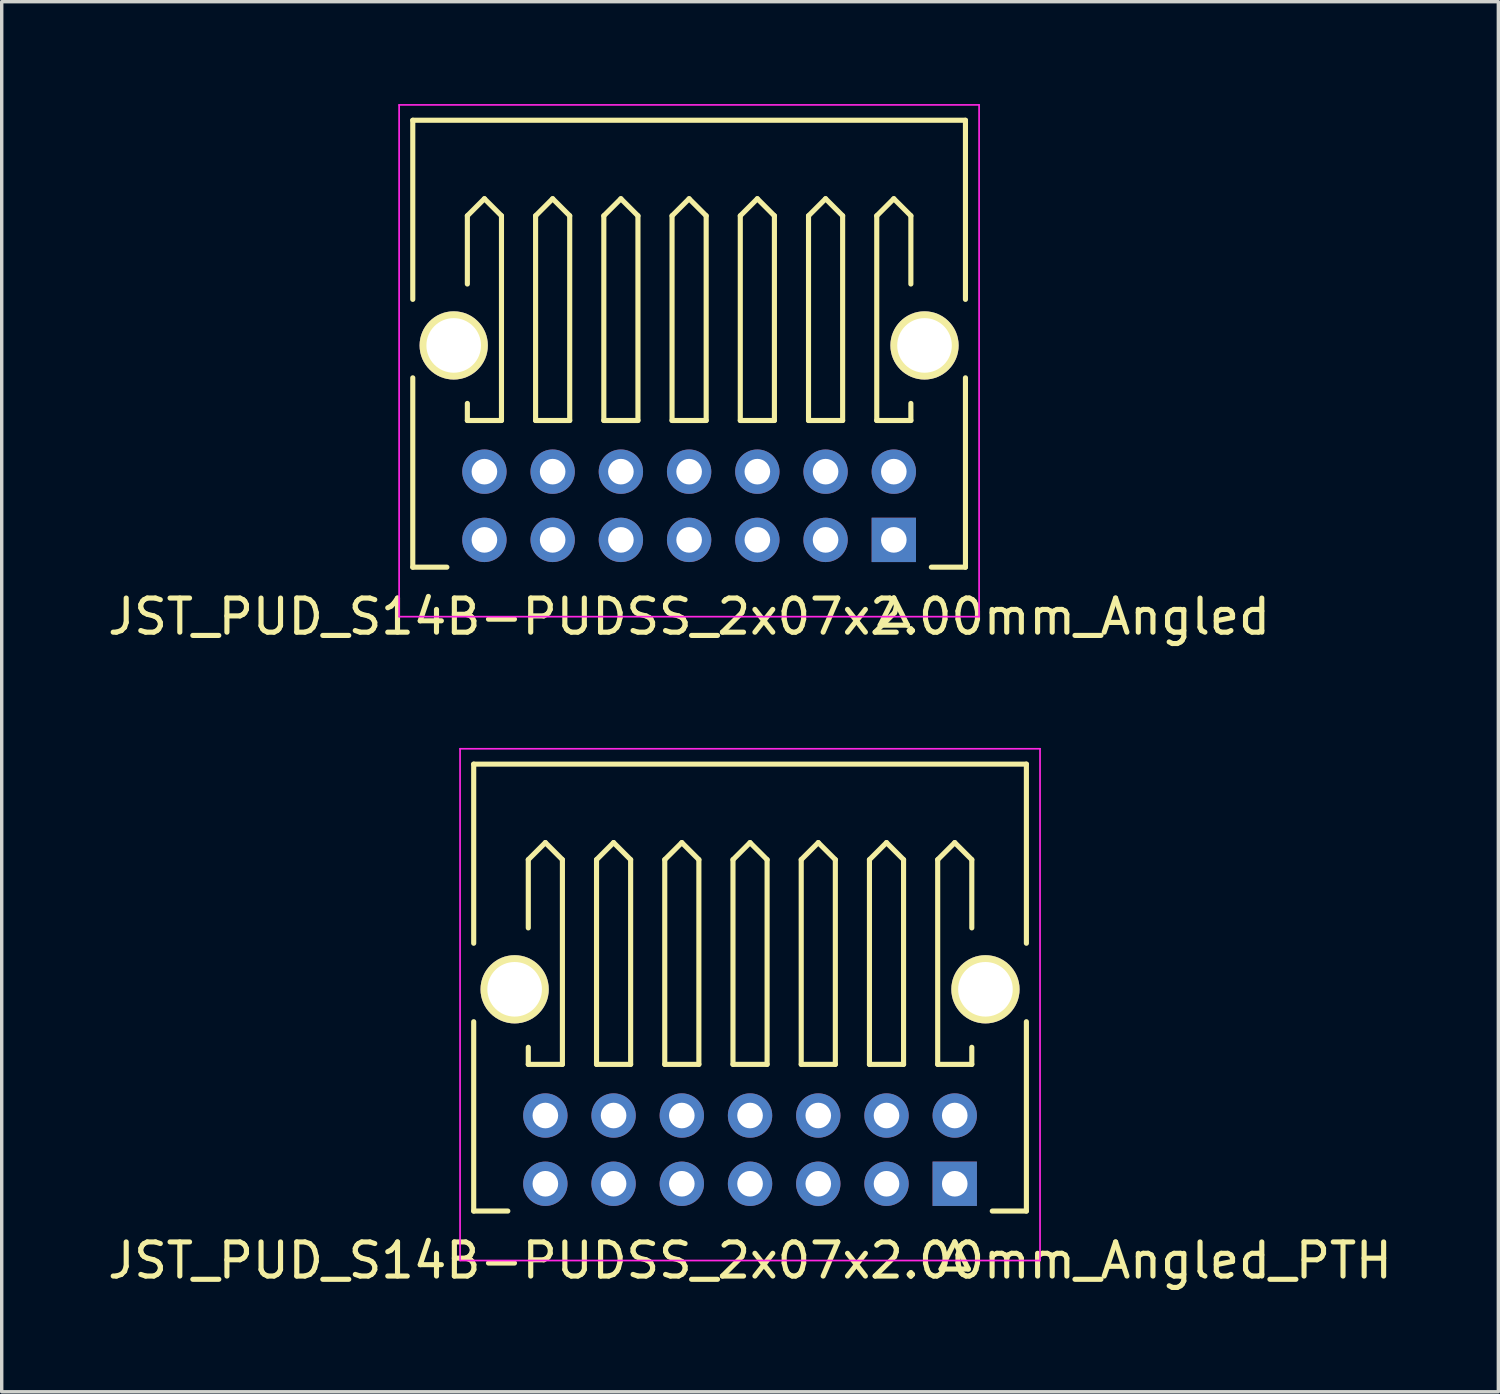
<source format=kicad_pcb>
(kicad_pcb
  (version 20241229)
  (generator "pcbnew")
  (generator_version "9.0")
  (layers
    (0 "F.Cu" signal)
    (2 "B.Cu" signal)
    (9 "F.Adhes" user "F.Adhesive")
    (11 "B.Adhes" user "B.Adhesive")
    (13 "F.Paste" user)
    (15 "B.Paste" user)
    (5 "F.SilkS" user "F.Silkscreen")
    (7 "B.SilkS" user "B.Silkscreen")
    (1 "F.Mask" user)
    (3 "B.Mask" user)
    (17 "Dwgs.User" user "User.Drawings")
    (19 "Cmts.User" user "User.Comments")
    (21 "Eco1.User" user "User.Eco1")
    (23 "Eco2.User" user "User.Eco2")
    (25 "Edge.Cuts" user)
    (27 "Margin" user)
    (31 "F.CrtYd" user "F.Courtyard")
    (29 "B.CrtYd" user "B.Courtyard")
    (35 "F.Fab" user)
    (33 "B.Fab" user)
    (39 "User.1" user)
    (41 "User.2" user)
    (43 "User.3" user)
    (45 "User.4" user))
  (footprint "JST_PUD_S14B-PUDSS_2x07x2.00mm_Angled_PTH"
    (layer "F.Cu")
    (at 24.935 31.648)
    (property "Reference" "JST_PUD_S14B-PUDSS_2x07x2.00mm_Angled_PTH" (at -6 2.25 0) (layer "F.SilkS") (effects (font (size 1 1) (thickness 0.15))))
    (attr through_hole)
    (fp_line (start -14.1 -12.3) (end -14.1 -7.05) (stroke (width 0.15) (type solid)) (layer "F.SilkS"))
    (fp_line (start -14.1 -4.75) (end -14.1 0.8) (stroke (width 0.15) (type solid)) (layer "F.SilkS"))
    (fp_line (start -14.1 0.8) (end -13.1 0.8) (stroke (width 0.15) (type solid)) (layer "F.SilkS"))
    (fp_line (start -12.5 -9.5) (end -12 -10) (stroke (width 0.15) (type solid)) (layer "F.SilkS"))
    (fp_line (start -12.5 -7.5) (end -12.5 -9.5) (stroke (width 0.15) (type solid)) (layer "F.SilkS"))
    (fp_line (start -12.5 -3.5) (end -12.5 -4) (stroke (width 0.15) (type solid)) (layer "F.SilkS"))
    (fp_line (start -12 -10) (end -11.5 -9.5) (stroke (width 0.15) (type solid)) (layer "F.SilkS"))
    (fp_line (start -11.5 -9.5) (end -11.5 -3.5) (stroke (width 0.15) (type solid)) (layer "F.SilkS"))
    (fp_line (start -11.5 -3.5) (end -12.5 -3.5) (stroke (width 0.15) (type solid)) (layer "F.SilkS"))
    (fp_line (start -10.5 -9.5) (end -10 -10) (stroke (width 0.15) (type solid)) (layer "F.SilkS"))
    (fp_line (start -10.5 -3.5) (end -10.5 -9.5) (stroke (width 0.15) (type solid)) (layer "F.SilkS"))
    (fp_line (start -10 -10) (end -9.5 -9.5) (stroke (width 0.15) (type solid)) (layer "F.SilkS"))
    (fp_line (start -9.5 -9.5) (end -9.5 -3.5) (stroke (width 0.15) (type solid)) (layer "F.SilkS"))
    (fp_line (start -9.5 -3.5) (end -10.5 -3.5) (stroke (width 0.15) (type solid)) (layer "F.SilkS"))
    (fp_line (start -8.5 -9.5) (end -8 -10) (stroke (width 0.15) (type solid)) (layer "F.SilkS"))
    (fp_line (start -8.5 -3.5) (end -8.5 -9.5) (stroke (width 0.15) (type solid)) (layer "F.SilkS"))
    (fp_line (start -8 -10) (end -7.5 -9.5) (stroke (width 0.15) (type solid)) (layer "F.SilkS"))
    (fp_line (start -7.5 -9.5) (end -7.5 -3.5) (stroke (width 0.15) (type solid)) (layer "F.SilkS"))
    (fp_line (start -7.5 -3.5) (end -8.5 -3.5) (stroke (width 0.15) (type solid)) (layer "F.SilkS"))
    (fp_line (start -6.5 -9.5) (end -6 -10) (stroke (width 0.15) (type solid)) (layer "F.SilkS"))
    (fp_line (start -6.5 -3.5) (end -6.5 -9.5) (stroke (width 0.15) (type solid)) (layer "F.SilkS"))
    (fp_line (start -6 -10) (end -5.5 -9.5) (stroke (width 0.15) (type solid)) (layer "F.SilkS"))
    (fp_line (start -5.5 -9.5) (end -5.5 -3.5) (stroke (width 0.15) (type solid)) (layer "F.SilkS"))
    (fp_line (start -5.5 -3.5) (end -6.5 -3.5) (stroke (width 0.15) (type solid)) (layer "F.SilkS"))
    (fp_line (start -4.5 -9.5) (end -4 -10) (stroke (width 0.15) (type solid)) (layer "F.SilkS"))
    (fp_line (start -4.5 -3.5) (end -4.5 -9.5) (stroke (width 0.15) (type solid)) (layer "F.SilkS"))
    (fp_line (start -4 -10) (end -3.5 -9.5) (stroke (width 0.15) (type solid)) (layer "F.SilkS"))
    (fp_line (start -3.5 -9.5) (end -3.5 -3.5) (stroke (width 0.15) (type solid)) (layer "F.SilkS"))
    (fp_line (start -3.5 -3.5) (end -4.5 -3.5) (stroke (width 0.15) (type solid)) (layer "F.SilkS"))
    (fp_line (start -2.5 -9.5) (end -2 -10) (stroke (width 0.15) (type solid)) (layer "F.SilkS"))
    (fp_line (start -2.5 -3.5) (end -2.5 -9.5) (stroke (width 0.15) (type solid)) (layer "F.SilkS"))
    (fp_line (start -2 -10) (end -1.5 -9.5) (stroke (width 0.15) (type solid)) (layer "F.SilkS"))
    (fp_line (start -1.5 -9.5) (end -1.5 -3.5) (stroke (width 0.15) (type solid)) (layer "F.SilkS"))
    (fp_line (start -1.5 -3.5) (end -2.5 -3.5) (stroke (width 0.15) (type solid)) (layer "F.SilkS"))
    (fp_line (start -0.5 -9.5) (end 0 -10) (stroke (width 0.15) (type solid)) (layer "F.SilkS"))
    (fp_line (start -0.5 -3.5) (end -0.5 -9.5) (stroke (width 0.15) (type solid)) (layer "F.SilkS"))
    (fp_line (start -0.4 2.5) (end 0 1.7) (stroke (width 0.15) (type solid)) (layer "F.SilkS"))
    (fp_line (start 0 -10) (end 0.5 -9.5) (stroke (width 0.15) (type solid)) (layer "F.SilkS"))
    (fp_line (start 0 1.7) (end 0.4 2.5) (stroke (width 0.15) (type solid)) (layer "F.SilkS"))
    (fp_line (start 0.4 2.5) (end -0.4 2.5) (stroke (width 0.15) (type solid)) (layer "F.SilkS"))
    (fp_line (start 0.5 -9.5) (end 0.5 -7.5) (stroke (width 0.15) (type solid)) (layer "F.SilkS"))
    (fp_line (start 0.5 -4) (end 0.5 -3.5) (stroke (width 0.15) (type solid)) (layer "F.SilkS"))
    (fp_line (start 0.5 -3.5) (end -0.5 -3.5) (stroke (width 0.15) (type solid)) (layer "F.SilkS"))
    (fp_line (start 1.1 0.8) (end 2.1 0.8) (stroke (width 0.15) (type solid)) (layer "F.SilkS"))
    (fp_line (start 2.1 -12.3) (end -14.1 -12.3) (stroke (width 0.15) (type solid)) (layer "F.SilkS"))
    (fp_line (start 2.1 -12.3) (end 2.1 -7.05) (stroke (width 0.15) (type solid)) (layer "F.SilkS"))
    (fp_line (start 2.1 0.8) (end 2.1 -4.75) (stroke (width 0.15) (type solid)) (layer "F.SilkS"))
    (fp_line (start -14.5 -12.75) (end 2.5 -12.75) (stroke (width 0.05) (type solid)) (layer "F.CrtYd"))
    (fp_line (start -14.5 2.25) (end -14.5 -12.75) (stroke (width 0.05) (type solid)) (layer "F.CrtYd"))
    (fp_line (start 2.5 -12.75) (end 2.5 2.25) (stroke (width 0.05) (type solid)) (layer "F.CrtYd"))
    (fp_line (start 2.5 2.25) (end -14.5 2.25) (stroke (width 0.05) (type solid)) (layer "F.CrtYd"))
    (pad "" np_thru_hole circle (at -12.9 -5.7) (size 2 2) (drill 1.6) (layers "*.Cu" "*.Mask" "F.SilkS"))
    (pad "" np_thru_hole circle (at 0.9 -5.7) (size 2 2) (drill 1.6) (layers "*.Cu" "*.Mask" "F.SilkS"))
    (pad "1" thru_hole rect (at 0 0) (size 1.3 1.3) (drill 0.75) (layers "*.Cu" "*.Mask"))
    (pad "2" thru_hole circle (at 0 -2) (size 1.3 1.3) (drill 0.75) (layers "*.Cu" "*.Mask"))
    (pad "3" thru_hole circle (at -2 0) (size 1.3 1.3) (drill 0.75) (layers "*.Cu" "*.Mask"))
    (pad "4" thru_hole circle (at -2 -2) (size 1.3 1.3) (drill 0.75) (layers "*.Cu" "*.Mask"))
    (pad "5" thru_hole circle (at -4 0) (size 1.3 1.3) (drill 0.75) (layers "*.Cu" "*.Mask"))
    (pad "6" thru_hole circle (at -4 -2) (size 1.3 1.3) (drill 0.75) (layers "*.Cu" "*.Mask"))
    (pad "7" thru_hole circle (at -6 0) (size 1.3 1.3) (drill 0.75) (layers "*.Cu" "*.Mask"))
    (pad "8" thru_hole circle (at -6 -2) (size 1.3 1.3) (drill 0.75) (layers "*.Cu" "*.Mask"))
    (pad "9" thru_hole circle (at -8 0) (size 1.3 1.3) (drill 0.75) (layers "*.Cu" "*.Mask"))
    (pad "10" thru_hole circle (at -8 -2) (size 1.3 1.3) (drill 0.75) (layers "*.Cu" "*.Mask"))
    (pad "11" thru_hole circle (at -10 0) (size 1.3 1.3) (drill 0.75) (layers "*.Cu" "*.Mask"))
    (pad "12" thru_hole circle (at -10 -2) (size 1.3 1.3) (drill 0.75) (layers "*.Cu" "*.Mask"))
    (pad "13" thru_hole circle (at -12 0) (size 1.3 1.3) (drill 0.75) (layers "*.Cu" "*.Mask"))
    (pad "14" thru_hole circle (at -12 -2) (size 1.3 1.3) (drill 0.75) (layers "*.Cu" "*.Mask")))
  (footprint "JST_PUD_S14B-PUDSS_2x07x2.00mm_Angled"
    (layer "F.Cu")
    (at 23.149 12.775)
    (property "Reference" "JST_PUD_S14B-PUDSS_2x07x2.00mm_Angled" (at -6 2.25 0) (layer "F.SilkS") (effects (font (size 1 1) (thickness 0.15))))
    (attr through_hole)
    (fp_line (start -14.1 -12.3) (end -14.1 -7.05) (stroke (width 0.15) (type solid)) (layer "F.SilkS"))
    (fp_line (start -14.1 -4.75) (end -14.1 0.8) (stroke (width 0.15) (type solid)) (layer "F.SilkS"))
    (fp_line (start -14.1 0.8) (end -13.1 0.8) (stroke (width 0.15) (type solid)) (layer "F.SilkS"))
    (fp_line (start -12.5 -9.5) (end -12 -10) (stroke (width 0.15) (type solid)) (layer "F.SilkS"))
    (fp_line (start -12.5 -7.5) (end -12.5 -9.5) (stroke (width 0.15) (type solid)) (layer "F.SilkS"))
    (fp_line (start -12.5 -3.5) (end -12.5 -4) (stroke (width 0.15) (type solid)) (layer "F.SilkS"))
    (fp_line (start -12 -10) (end -11.5 -9.5) (stroke (width 0.15) (type solid)) (layer "F.SilkS"))
    (fp_line (start -11.5 -9.5) (end -11.5 -3.5) (stroke (width 0.15) (type solid)) (layer "F.SilkS"))
    (fp_line (start -11.5 -3.5) (end -12.5 -3.5) (stroke (width 0.15) (type solid)) (layer "F.SilkS"))
    (fp_line (start -10.5 -9.5) (end -10 -10) (stroke (width 0.15) (type solid)) (layer "F.SilkS"))
    (fp_line (start -10.5 -3.5) (end -10.5 -9.5) (stroke (width 0.15) (type solid)) (layer "F.SilkS"))
    (fp_line (start -10 -10) (end -9.5 -9.5) (stroke (width 0.15) (type solid)) (layer "F.SilkS"))
    (fp_line (start -9.5 -9.5) (end -9.5 -3.5) (stroke (width 0.15) (type solid)) (layer "F.SilkS"))
    (fp_line (start -9.5 -3.5) (end -10.5 -3.5) (stroke (width 0.15) (type solid)) (layer "F.SilkS"))
    (fp_line (start -8.5 -9.5) (end -8 -10) (stroke (width 0.15) (type solid)) (layer "F.SilkS"))
    (fp_line (start -8.5 -3.5) (end -8.5 -9.5) (stroke (width 0.15) (type solid)) (layer "F.SilkS"))
    (fp_line (start -8 -10) (end -7.5 -9.5) (stroke (width 0.15) (type solid)) (layer "F.SilkS"))
    (fp_line (start -7.5 -9.5) (end -7.5 -3.5) (stroke (width 0.15) (type solid)) (layer "F.SilkS"))
    (fp_line (start -7.5 -3.5) (end -8.5 -3.5) (stroke (width 0.15) (type solid)) (layer "F.SilkS"))
    (fp_line (start -6.5 -9.5) (end -6 -10) (stroke (width 0.15) (type solid)) (layer "F.SilkS"))
    (fp_line (start -6.5 -3.5) (end -6.5 -9.5) (stroke (width 0.15) (type solid)) (layer "F.SilkS"))
    (fp_line (start -6 -10) (end -5.5 -9.5) (stroke (width 0.15) (type solid)) (layer "F.SilkS"))
    (fp_line (start -5.5 -9.5) (end -5.5 -3.5) (stroke (width 0.15) (type solid)) (layer "F.SilkS"))
    (fp_line (start -5.5 -3.5) (end -6.5 -3.5) (stroke (width 0.15) (type solid)) (layer "F.SilkS"))
    (fp_line (start -4.5 -9.5) (end -4 -10) (stroke (width 0.15) (type solid)) (layer "F.SilkS"))
    (fp_line (start -4.5 -3.5) (end -4.5 -9.5) (stroke (width 0.15) (type solid)) (layer "F.SilkS"))
    (fp_line (start -4 -10) (end -3.5 -9.5) (stroke (width 0.15) (type solid)) (layer "F.SilkS"))
    (fp_line (start -3.5 -9.5) (end -3.5 -3.5) (stroke (width 0.15) (type solid)) (layer "F.SilkS"))
    (fp_line (start -3.5 -3.5) (end -4.5 -3.5) (stroke (width 0.15) (type solid)) (layer "F.SilkS"))
    (fp_line (start -2.5 -9.5) (end -2 -10) (stroke (width 0.15) (type solid)) (layer "F.SilkS"))
    (fp_line (start -2.5 -3.5) (end -2.5 -9.5) (stroke (width 0.15) (type solid)) (layer "F.SilkS"))
    (fp_line (start -2 -10) (end -1.5 -9.5) (stroke (width 0.15) (type solid)) (layer "F.SilkS"))
    (fp_line (start -1.5 -9.5) (end -1.5 -3.5) (stroke (width 0.15) (type solid)) (layer "F.SilkS"))
    (fp_line (start -1.5 -3.5) (end -2.5 -3.5) (stroke (width 0.15) (type solid)) (layer "F.SilkS"))
    (fp_line (start -0.5 -9.5) (end 0 -10) (stroke (width 0.15) (type solid)) (layer "F.SilkS"))
    (fp_line (start -0.5 -3.5) (end -0.5 -9.5) (stroke (width 0.15) (type solid)) (layer "F.SilkS"))
    (fp_line (start -0.4 2.5) (end 0 1.7) (stroke (width 0.15) (type solid)) (layer "F.SilkS"))
    (fp_line (start 0 -10) (end 0.5 -9.5) (stroke (width 0.15) (type solid)) (layer "F.SilkS"))
    (fp_line (start 0 1.7) (end 0.4 2.5) (stroke (width 0.15) (type solid)) (layer "F.SilkS"))
    (fp_line (start 0.4 2.5) (end -0.4 2.5) (stroke (width 0.15) (type solid)) (layer "F.SilkS"))
    (fp_line (start 0.5 -9.5) (end 0.5 -7.5) (stroke (width 0.15) (type solid)) (layer "F.SilkS"))
    (fp_line (start 0.5 -4) (end 0.5 -3.5) (stroke (width 0.15) (type solid)) (layer "F.SilkS"))
    (fp_line (start 0.5 -3.5) (end -0.5 -3.5) (stroke (width 0.15) (type solid)) (layer "F.SilkS"))
    (fp_line (start 1.1 0.8) (end 2.1 0.8) (stroke (width 0.15) (type solid)) (layer "F.SilkS"))
    (fp_line (start 2.1 -12.3) (end -14.1 -12.3) (stroke (width 0.15) (type solid)) (layer "F.SilkS"))
    (fp_line (start 2.1 -12.3) (end 2.1 -7.05) (stroke (width 0.15) (type solid)) (layer "F.SilkS"))
    (fp_line (start 2.1 0.8) (end 2.1 -4.75) (stroke (width 0.15) (type solid)) (layer "F.SilkS"))
    (fp_line (start -14.5 -12.75) (end 2.5 -12.75) (stroke (width 0.05) (type solid)) (layer "F.CrtYd"))
    (fp_line (start -14.5 2.25) (end -14.5 -12.75) (stroke (width 0.05) (type solid)) (layer "F.CrtYd"))
    (fp_line (start 2.5 -12.75) (end 2.5 2.25) (stroke (width 0.05) (type solid)) (layer "F.CrtYd"))
    (fp_line (start 2.5 2.25) (end -14.5 2.25) (stroke (width 0.05) (type solid)) (layer "F.CrtYd"))
    (pad "" np_thru_hole circle (at -12.9 -5.7) (size 2 2) (drill 1.6) (layers "*.Cu" "*.Mask" "F.SilkS"))
    (pad "" np_thru_hole circle (at 0.9 -5.7) (size 2 2) (drill 1.6) (layers "*.Cu" "*.Mask" "F.SilkS"))
    (pad "1" thru_hole rect (at 0 0) (size 1.3 1.3) (drill 0.75) (layers "*.Cu" "*.Mask"))
    (pad "2" thru_hole circle (at 0 -2) (size 1.3 1.3) (drill 0.75) (layers "*.Cu" "*.Mask"))
    (pad "3" thru_hole circle (at -2 0) (size 1.3 1.3) (drill 0.75) (layers "*.Cu" "*.Mask"))
    (pad "4" thru_hole circle (at -2 -2) (size 1.3 1.3) (drill 0.75) (layers "*.Cu" "*.Mask"))
    (pad "5" thru_hole circle (at -4 0) (size 1.3 1.3) (drill 0.75) (layers "*.Cu" "*.Mask"))
    (pad "6" thru_hole circle (at -4 -2) (size 1.3 1.3) (drill 0.75) (layers "*.Cu" "*.Mask"))
    (pad "7" thru_hole circle (at -6 0) (size 1.3 1.3) (drill 0.75) (layers "*.Cu" "*.Mask"))
    (pad "8" thru_hole circle (at -6 -2) (size 1.3 1.3) (drill 0.75) (layers "*.Cu" "*.Mask"))
    (pad "9" thru_hole circle (at -8 0) (size 1.3 1.3) (drill 0.75) (layers "*.Cu" "*.Mask"))
    (pad "10" thru_hole circle (at -8 -2) (size 1.3 1.3) (drill 0.75) (layers "*.Cu" "*.Mask"))
    (pad "11" thru_hole circle (at -10 0) (size 1.3 1.3) (drill 0.75) (layers "*.Cu" "*.Mask"))
    (pad "12" thru_hole circle (at -10 -2) (size 1.3 1.3) (drill 0.75) (layers "*.Cu" "*.Mask"))
    (pad "13" thru_hole circle (at -12 0) (size 1.3 1.3) (drill 0.75) (layers "*.Cu" "*.Mask"))
    (pad "14" thru_hole circle (at -12 -2) (size 1.3 1.3) (drill 0.75) (layers "*.Cu" "*.Mask")))
  (gr_rect
    (start -3 -3)
    (end 40.869 37.746)
    (stroke (width 0.1) (type default))
    (fill no)
    (layer "Edge.Cuts")))
</source>
